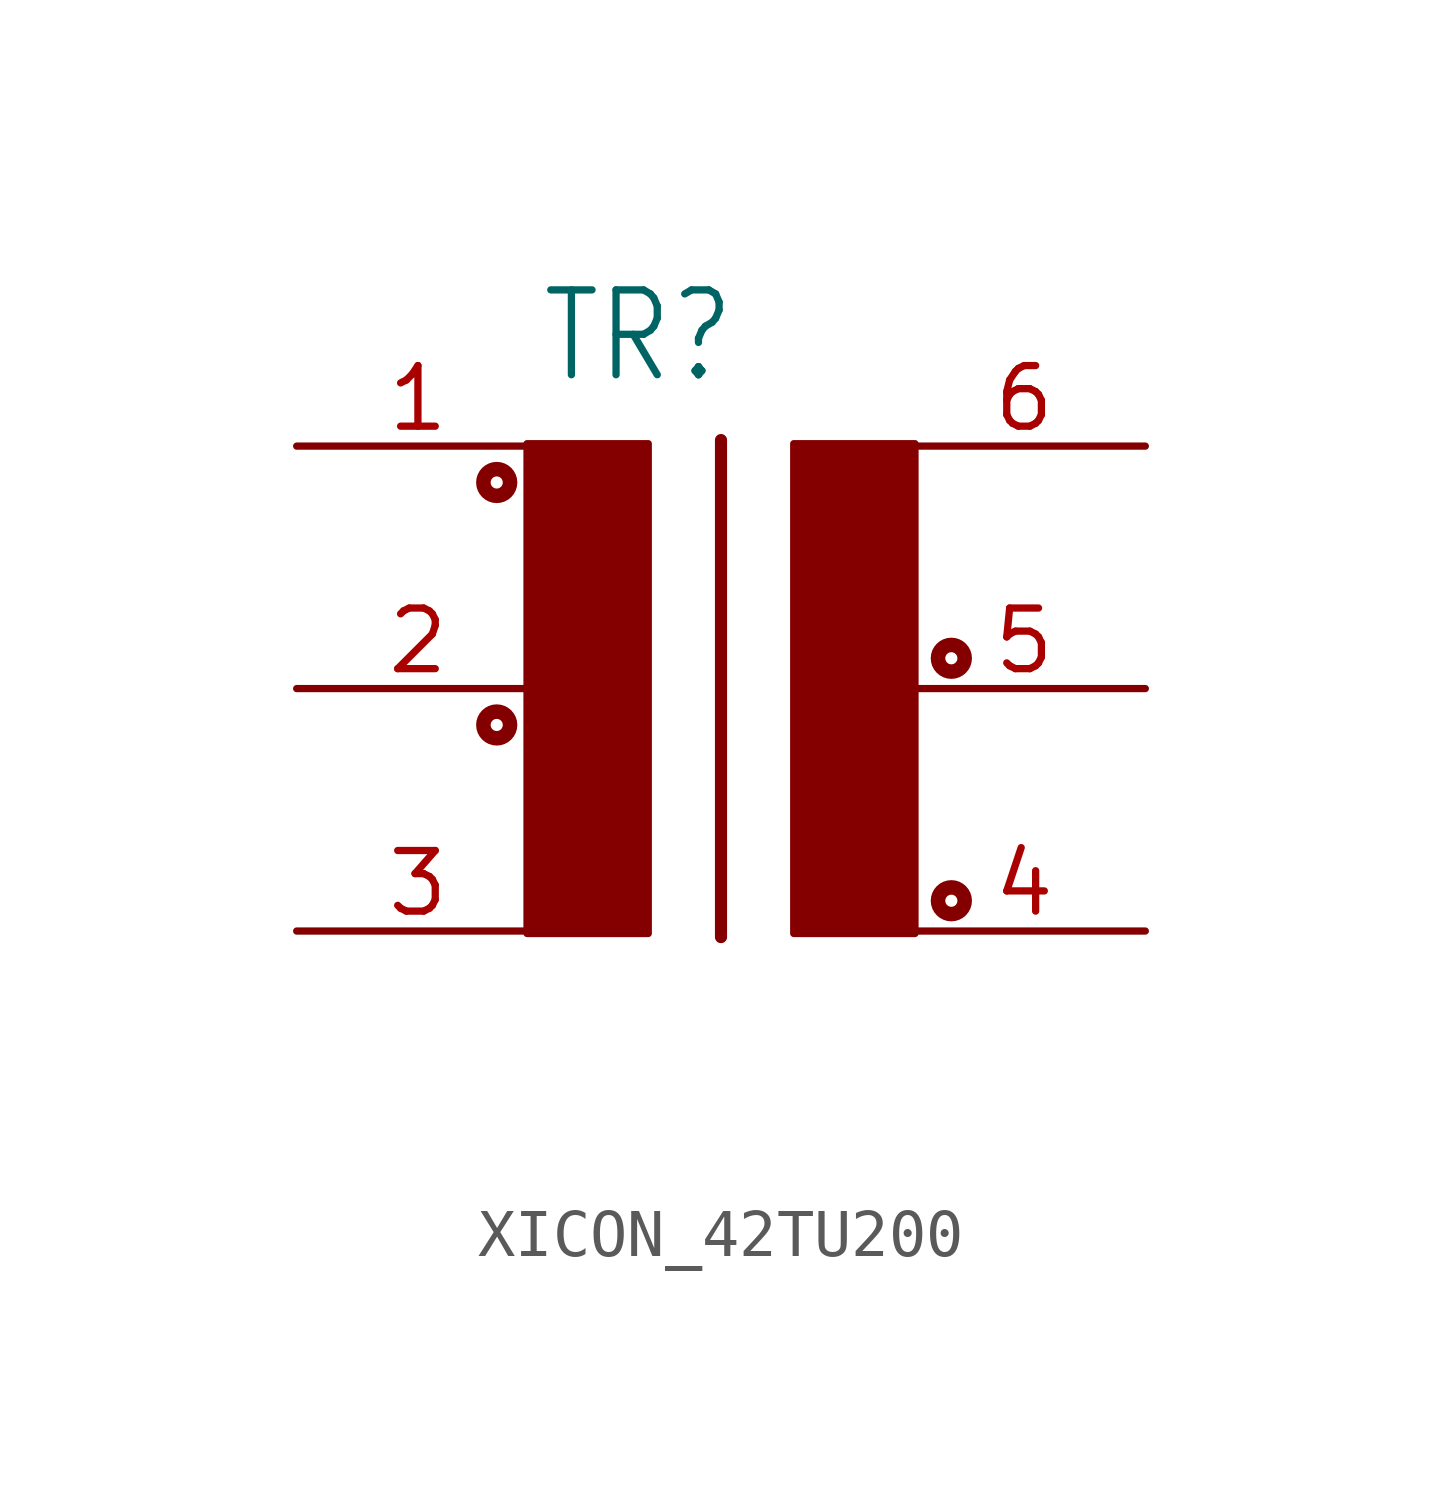
<source format=kicad_sym>
(kicad_symbol_lib
  (version 20231120)
  (generator "kicad_symbol_editor")
  (generator_version "8.0")
  (symbol "XICON_42TU200"
    (property "Reference" "TR"
      (at -2.54 6.35 0)
      (effects (font (size 1.778 1.511)) (justify left bottom)))
    (property "Value" ""
      (at -2.54 -8.763 0)
      (effects (font (size 1.778 1.511)) (justify left bottom)))
    (property "ki_locked" ""
      (at 0 0 0)
      (effects (font (size 1.27 1.27))))
    (symbol "XICON_42TU200_1_0"
      (circle (center -3.429 -0.762) (radius 0.127) (stroke (width 0.305) (type solid)) (fill (type none)))
      (circle (center -3.429 4.318) (radius 0.127) (stroke (width 0.305) (type solid)) (fill (type none)))
      (rectangle (start -2.794 -5.131) (end -0.254 5.131) (stroke (width 0) (type default)) (fill (type outline)))
      (polyline (pts (xy 1.27 5.207) (xy 1.27 -5.207)) (stroke (width 0.254) (type solid)) (fill (type none)))
      (rectangle (start 2.794 -5.131) (end 5.334 5.131) (stroke (width 0) (type default)) (fill (type outline)))
      (circle (center 6.096 -4.445) (radius 0.127) (stroke (width 0.305) (type solid)) (fill (type none)))
      (circle (center 6.096 0.635) (radius 0.127) (stroke (width 0.305) (type solid)) (fill (type none)))
      (pin passive line (at -7.62 5.08 0) (length 5.08) (name "1" (effects (font (size 0 0)))) (number "1" (effects (font (size 1.27 1.27)))))
      (pin passive line (at -7.62 0 0) (length 5.08) (name "2" (effects (font (size 0 0)))) (number "2" (effects (font (size 1.27 1.27)))))
      (pin passive line (at -7.62 -5.08 0) (length 5.08) (name "3" (effects (font (size 0 0)))) (number "3" (effects (font (size 1.27 1.27)))))
      (pin passive line (at 10.16 -5.08 180) (length 5.08) (name "4" (effects (font (size 0 0)))) (number "4" (effects (font (size 1.27 1.27)))))
      (pin passive line (at 10.16 0 180) (length 5.08) (name "5" (effects (font (size 0 0)))) (number "5" (effects (font (size 1.27 1.27)))))
      (pin passive line (at 10.16 5.08 180) (length 5.08) (name "6" (effects (font (size 0 0)))) (number "6" (effects (font (size 1.27 1.27))))))))
</source>
